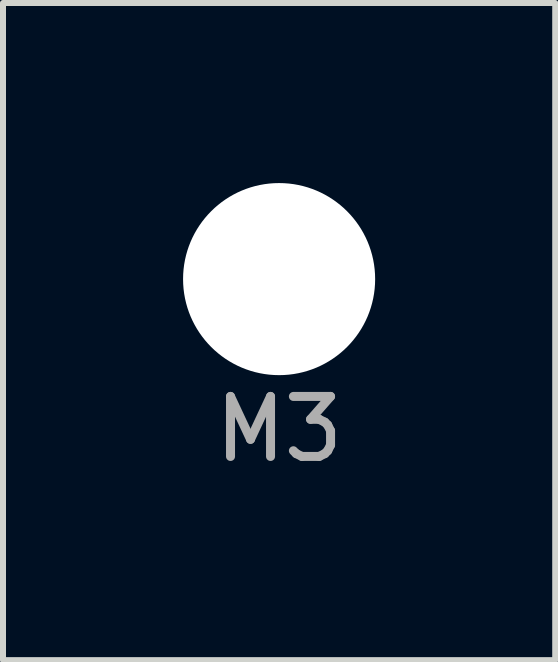
<source format=kicad_pcb>
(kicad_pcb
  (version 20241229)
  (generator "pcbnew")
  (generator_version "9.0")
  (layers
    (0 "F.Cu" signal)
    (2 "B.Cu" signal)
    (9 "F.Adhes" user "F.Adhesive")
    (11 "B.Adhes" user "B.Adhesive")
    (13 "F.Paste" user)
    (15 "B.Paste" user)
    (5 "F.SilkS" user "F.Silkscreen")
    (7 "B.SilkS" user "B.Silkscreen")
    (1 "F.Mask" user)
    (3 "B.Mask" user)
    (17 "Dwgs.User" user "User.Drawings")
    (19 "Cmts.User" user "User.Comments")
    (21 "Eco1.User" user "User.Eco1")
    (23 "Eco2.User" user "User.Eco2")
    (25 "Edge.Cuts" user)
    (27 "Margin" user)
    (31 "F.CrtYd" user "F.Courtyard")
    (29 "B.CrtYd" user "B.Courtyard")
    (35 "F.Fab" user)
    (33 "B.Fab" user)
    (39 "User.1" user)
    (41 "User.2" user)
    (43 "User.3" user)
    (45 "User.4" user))
  (footprint "M3"
    (layer "F.Cu")
    (at 1.6 1.6)
    (property "Reference" "M3" (at 0 -0.5 0) (unlocked yes) (layer "F.Fab") (effects (font (size 1 1) (thickness 0.1))))
    (attr through_hole)
    (fp_text user "${REFERENCE}" (at 0 2.5 0) (unlocked yes) (layer "F.Fab") (effects (font (size 1 1) (thickness 0.15))))
    (pad "" np_thru_hole circle (at 0 0) (size 3.2 3.2) (drill 3.2) (layers "*.Cu" "*.Mask")))
  (gr_rect
    (start -3 -3)
    (end 6.2 7.948)
    (stroke (width 0.1) (type default))
    (fill no)
    (layer "Edge.Cuts")))
</source>
